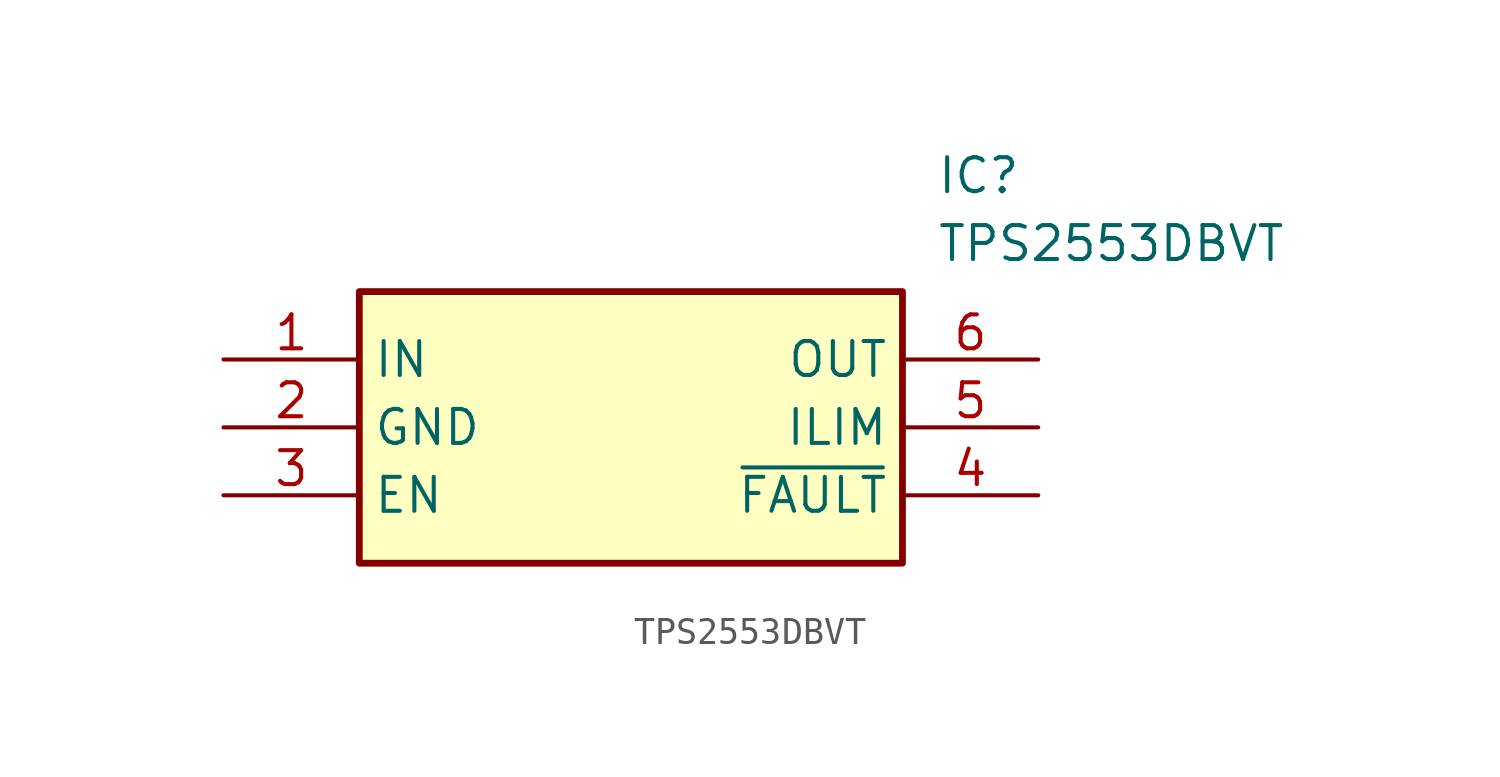
<source format=kicad_sym>
(kicad_symbol_lib
  (version 20211014)
  (generator SamacSys_ECAD_Model)
  (symbol "TPS2553DBVT"
    (property "Reference" "IC"
      (at 26.67 7.62 0)
      (effects (font (size 1.27 1.27)) (justify left top)))
    (property "Value" "TPS2553DBVT"
      (at 26.67 5.08 0)
      (effects (font (size 1.27 1.27)) (justify left top)))
    (rectangle
      (start 5.08 2.54)
      (end 25.4 -7.62)
      (stroke (width 0.254) (type default))
      (fill (type background)))
    (pin passive line
      (at 0 0 0)
      (length 5.08)
      (name "IN" (effects (font (size 1.27 1.27))))
      (number "1" (effects (font (size 1.27 1.27)))))
    (pin passive line
      (at 0 -2.54 0)
      (length 5.08)
      (name "GND" (effects (font (size 1.27 1.27))))
      (number "2" (effects (font (size 1.27 1.27)))))
    (pin passive line
      (at 0 -5.08 0)
      (length 5.08)
      (name "EN" (effects (font (size 1.27 1.27))))
      (number "3" (effects (font (size 1.27 1.27)))))
    (pin passive line
      (at 30.48 0 180)
      (length 5.08)
      (name "OUT" (effects (font (size 1.27 1.27))))
      (number "6" (effects (font (size 1.27 1.27)))))
    (pin passive line
      (at 30.48 -2.54 180)
      (length 5.08)
      (name "ILIM" (effects (font (size 1.27 1.27))))
      (number "5" (effects (font (size 1.27 1.27)))))
    (pin passive line
      (at 30.48 -5.08 180)
      (length 5.08)
      (name "~{FAULT}" (effects (font (size 1.27 1.27))))
      (number "4" (effects (font (size 1.27 1.27)))))))
</source>
